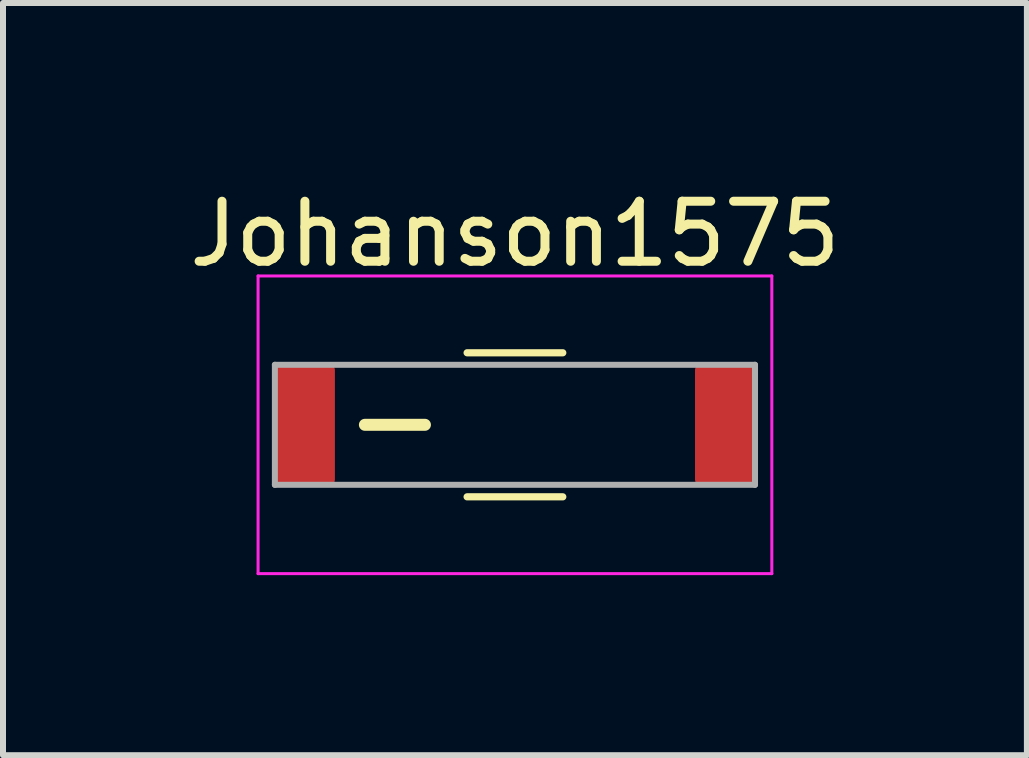
<source format=kicad_pcb>
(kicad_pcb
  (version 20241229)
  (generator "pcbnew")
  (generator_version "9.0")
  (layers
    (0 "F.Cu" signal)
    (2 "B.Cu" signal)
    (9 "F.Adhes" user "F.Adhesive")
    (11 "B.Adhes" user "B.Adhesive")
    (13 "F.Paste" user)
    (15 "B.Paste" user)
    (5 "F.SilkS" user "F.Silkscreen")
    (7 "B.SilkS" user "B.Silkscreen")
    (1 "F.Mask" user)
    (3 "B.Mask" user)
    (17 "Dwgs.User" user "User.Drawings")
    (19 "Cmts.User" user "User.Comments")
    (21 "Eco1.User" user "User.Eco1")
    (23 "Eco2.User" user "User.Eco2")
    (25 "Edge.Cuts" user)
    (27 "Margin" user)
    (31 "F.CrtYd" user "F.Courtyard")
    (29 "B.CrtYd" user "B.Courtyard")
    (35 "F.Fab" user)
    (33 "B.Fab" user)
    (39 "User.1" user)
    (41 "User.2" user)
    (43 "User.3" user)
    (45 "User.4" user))
  (footprint "Johanson1575"
    (layer "F.Cu")
    (at 5.53 4.028)
    (property "Reference" "Johanson1575" (at 0 -3.18 0) (layer "F.SilkS") (effects (font (size 1 1) (thickness 0.15))))
    (attr smd)
    (fp_line (start -2.5 0) (end -1.5 0) (stroke (width 0.2) (type solid)) (layer "F.SilkS"))
    (fp_line (start -0.797 -1.2) (end 0.797 -1.2) (stroke (width 0.12) (type solid)) (layer "F.SilkS"))
    (fp_line (start -0.797 1.2) (end 0.797 1.2) (stroke (width 0.12) (type solid)) (layer "F.SilkS"))
    (fp_line (start -4.28 -2.48) (end 4.28 -2.48) (stroke (width 0.05) (type solid)) (layer "F.CrtYd"))
    (fp_line (start -4.28 2.48) (end -4.28 -2.48) (stroke (width 0.05) (type solid)) (layer "F.CrtYd"))
    (fp_line (start 4.28 -2.48) (end 4.28 2.48) (stroke (width 0.05) (type solid)) (layer "F.CrtYd"))
    (fp_line (start 4.28 2.48) (end -4.28 2.48) (stroke (width 0.05) (type solid)) (layer "F.CrtYd"))
    (fp_line (start -4 -1) (end 4 -1) (stroke (width 0.1) (type solid)) (layer "F.Fab"))
    (fp_line (start -4 1) (end -4 -1) (stroke (width 0.1) (type solid)) (layer "F.Fab"))
    (fp_line (start 4 -1) (end 4 1) (stroke (width 0.1) (type solid)) (layer "F.Fab"))
    (fp_line (start 4 1) (end -4 1) (stroke (width 0.1) (type solid)) (layer "F.Fab"))
    (pad "1" smd roundrect (at -3.5 0) (size 1 2) (layers "F.Cu" "F.Mask" "F.Paste") (roundrect_rratio 0.083))
    (pad "2" smd roundrect (at 3.5 0) (size 1 2) (layers "F.Cu" "F.Mask" "F.Paste") (roundrect_rratio 0.083)))
  (gr_rect
    (start -3 -3)
    (end 14.06 9.533)
    (stroke (width 0.1) (type default))
    (fill no)
    (layer "Edge.Cuts")))
</source>
